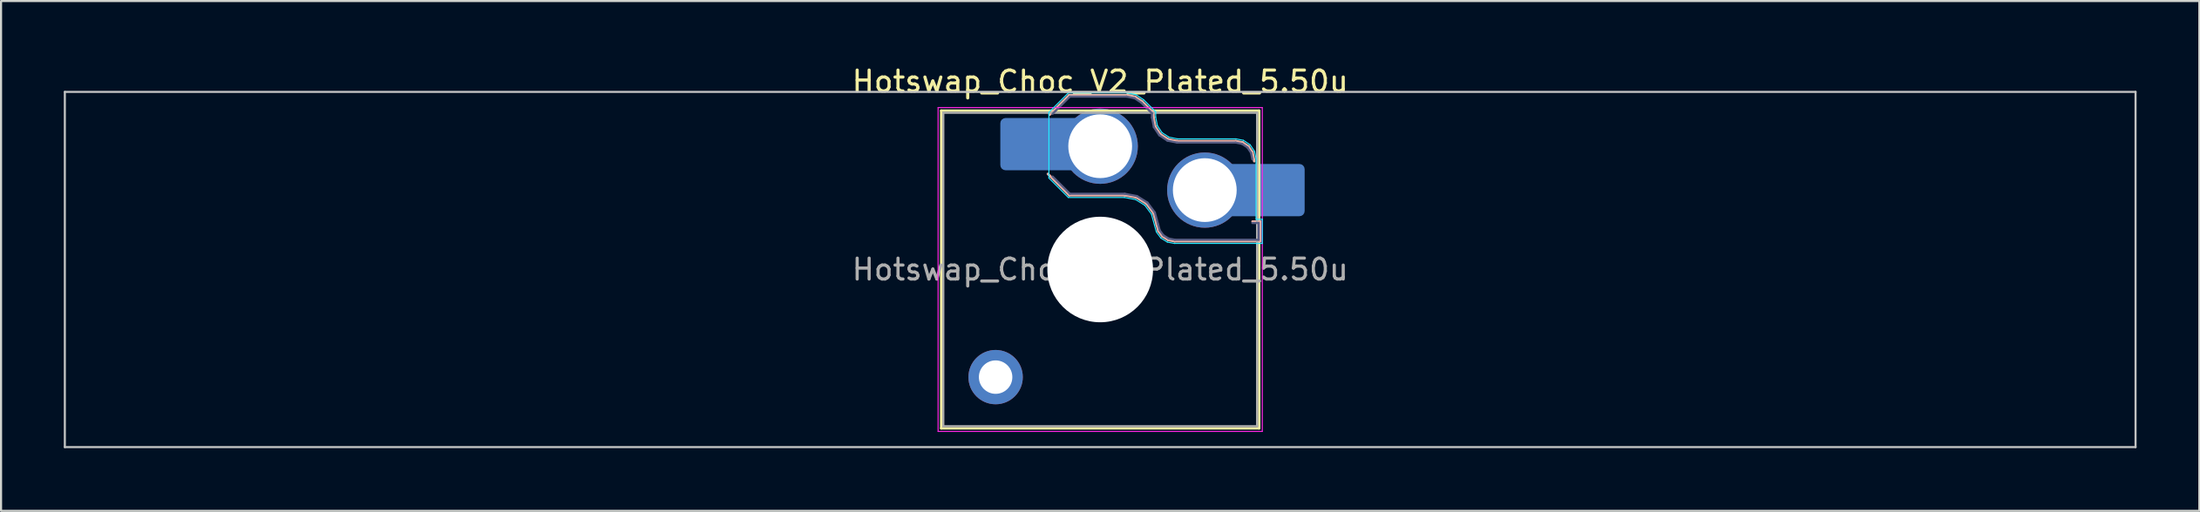
<source format=kicad_pcb>
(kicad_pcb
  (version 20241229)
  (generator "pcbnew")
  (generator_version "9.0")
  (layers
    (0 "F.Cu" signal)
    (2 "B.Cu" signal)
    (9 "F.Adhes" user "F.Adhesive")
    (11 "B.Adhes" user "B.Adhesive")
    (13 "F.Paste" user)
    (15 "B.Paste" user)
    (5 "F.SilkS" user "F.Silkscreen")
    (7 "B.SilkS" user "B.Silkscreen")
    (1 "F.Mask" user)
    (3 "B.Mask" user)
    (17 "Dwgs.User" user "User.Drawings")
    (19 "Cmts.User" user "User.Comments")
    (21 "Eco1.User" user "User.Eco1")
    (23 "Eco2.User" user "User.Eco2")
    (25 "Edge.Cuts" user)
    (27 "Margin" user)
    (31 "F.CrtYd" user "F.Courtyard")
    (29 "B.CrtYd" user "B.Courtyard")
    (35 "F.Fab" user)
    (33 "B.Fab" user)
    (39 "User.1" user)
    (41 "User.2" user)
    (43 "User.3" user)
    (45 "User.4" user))
  (footprint "Hotswap_Choc_V2_Plated_5.50u"
    (layer "F.Cu")
    (at 49.55 9.848)
    (property "Reference" "Hotswap_Choc_V2_Plated_5.50u" (at 0 -9 0) (layer "F.SilkS") (effects (font (size 1 1) (thickness 0.15))))
    (attr smd)
    (fp_line (start -7.6 -7.6) (end -7.6 7.6) (stroke (width 0.12) (type solid)) (layer "F.SilkS"))
    (fp_line (start -7.6 7.6) (end 7.6 7.6) (stroke (width 0.12) (type solid)) (layer "F.SilkS"))
    (fp_line (start 7.6 -7.6) (end -7.6 -7.6) (stroke (width 0.12) (type solid)) (layer "F.SilkS"))
    (fp_line (start 7.6 7.6) (end 7.6 -7.6) (stroke (width 0.12) (type solid)) (layer "F.SilkS"))
    (fp_line (start -2.416 -7.409) (end -1.479 -8.346) (stroke (width 0.12) (type solid)) (layer "B.SilkS"))
    (fp_line (start -1.479 -8.346) (end 1.268 -8.346) (stroke (width 0.12) (type solid)) (layer "B.SilkS"))
    (fp_line (start -1.479 -3.554) (end -2.5 -4.575) (stroke (width 0.12) (type solid)) (layer "B.SilkS"))
    (fp_line (start 1.168 -3.554) (end -1.479 -3.554) (stroke (width 0.12) (type solid)) (layer "B.SilkS"))
    (fp_line (start 1.268 -8.346) (end 1.671 -8.266) (stroke (width 0.12) (type solid)) (layer "B.SilkS"))
    (fp_line (start 1.671 -8.266) (end 2.013 -8.037) (stroke (width 0.12) (type solid)) (layer "B.SilkS"))
    (fp_line (start 1.73 -3.449) (end 1.168 -3.554) (stroke (width 0.12) (type solid)) (layer "B.SilkS"))
    (fp_line (start 2.013 -8.037) (end 2.546 -7.504) (stroke (width 0.12) (type solid)) (layer "B.SilkS"))
    (fp_line (start 2.209 -3.15) (end 1.73 -3.449) (stroke (width 0.12) (type solid)) (layer "B.SilkS"))
    (fp_line (start 2.546 -7.504) (end 2.546 -7.282) (stroke (width 0.12) (type solid)) (layer "B.SilkS"))
    (fp_line (start 2.546 -7.282) (end 2.633 -6.844) (stroke (width 0.12) (type solid)) (layer "B.SilkS"))
    (fp_line (start 2.547 -2.697) (end 2.209 -3.15) (stroke (width 0.12) (type solid)) (layer "B.SilkS"))
    (fp_line (start 2.633 -6.844) (end 2.877 -6.477) (stroke (width 0.12) (type solid)) (layer "B.SilkS"))
    (fp_line (start 2.701 -2.139) (end 2.547 -2.697) (stroke (width 0.12) (type solid)) (layer "B.SilkS"))
    (fp_line (start 2.783 -1.841) (end 2.701 -2.139) (stroke (width 0.12) (type solid)) (layer "B.SilkS"))
    (fp_line (start 2.877 -6.477) (end 3.244 -6.233) (stroke (width 0.12) (type solid)) (layer "B.SilkS"))
    (fp_line (start 2.976 -1.583) (end 2.783 -1.841) (stroke (width 0.12) (type solid)) (layer "B.SilkS"))
    (fp_line (start 3.244 -6.233) (end 3.682 -6.146) (stroke (width 0.12) (type solid)) (layer "B.SilkS"))
    (fp_line (start 3.25 -1.413) (end 2.976 -1.583) (stroke (width 0.12) (type solid)) (layer "B.SilkS"))
    (fp_line (start 3.56 -1.354) (end 3.25 -1.413) (stroke (width 0.12) (type solid)) (layer "B.SilkS"))
    (fp_line (start 3.682 -6.146) (end 6.482 -6.146) (stroke (width 0.12) (type solid)) (layer "B.SilkS"))
    (fp_line (start 6.482 -6.146) (end 6.809 -6.081) (stroke (width 0.12) (type solid)) (layer "B.SilkS"))
    (fp_line (start 6.809 -6.081) (end 7.092 -5.892) (stroke (width 0.12) (type solid)) (layer "B.SilkS"))
    (fp_line (start 7.092 -5.892) (end 7.281 -5.609) (stroke (width 0.12) (type solid)) (layer "B.SilkS"))
    (fp_line (start 7.281 -5.609) (end 7.366 -5.182) (stroke (width 0.12) (type solid)) (layer "B.SilkS"))
    (fp_line (start 7.283 -2.296) (end 7.646 -2.296) (stroke (width 0.12) (type solid)) (layer "B.SilkS"))
    (fp_line (start 7.646 -2.296) (end 7.646 -1.354) (stroke (width 0.12) (type solid)) (layer "B.SilkS"))
    (fp_line (start 7.646 -1.354) (end 3.56 -1.354) (stroke (width 0.12) (type solid)) (layer "B.SilkS"))
    (fp_line (start -49.5 -8.5) (end -49.5 8.5) (stroke (width 0.1) (type solid)) (layer "Dwgs.User"))
    (fp_line (start -49.5 8.5) (end 49.5 8.5) (stroke (width 0.1) (type solid)) (layer "Dwgs.User"))
    (fp_line (start 49.5 -8.5) (end -49.5 -8.5) (stroke (width 0.1) (type solid)) (layer "Dwgs.User"))
    (fp_line (start 49.5 8.5) (end 49.5 -8.5) (stroke (width 0.1) (type solid)) (layer "Dwgs.User"))
    (fp_line (start -7.25 -7.25) (end -7.25 7.25) (stroke (width 0.1) (type solid)) (layer "Eco1.User"))
    (fp_line (start -7.25 7.25) (end 7.25 7.25) (stroke (width 0.1) (type solid)) (layer "Eco1.User"))
    (fp_line (start 7.25 -7.25) (end -7.25 -7.25) (stroke (width 0.1) (type solid)) (layer "Eco1.User"))
    (fp_line (start 7.25 7.25) (end 7.25 -7.25) (stroke (width 0.1) (type solid)) (layer "Eco1.User"))
    (fp_line (start -2.452 -7.523) (end -1.523 -8.452) (stroke (width 0.05) (type solid)) (layer "B.CrtYd"))
    (fp_line (start -2.452 -4.377) (end -2.452 -7.523) (stroke (width 0.05) (type solid)) (layer "B.CrtYd"))
    (fp_line (start -1.523 -8.452) (end 1.278 -8.452) (stroke (width 0.05) (type solid)) (layer "B.CrtYd"))
    (fp_line (start -1.523 -3.448) (end -2.452 -4.377) (stroke (width 0.05) (type solid)) (layer "B.CrtYd"))
    (fp_line (start 1.159 -3.448) (end -1.523 -3.448) (stroke (width 0.05) (type solid)) (layer "B.CrtYd"))
    (fp_line (start 1.278 -8.452) (end 1.712 -8.366) (stroke (width 0.05) (type solid)) (layer "B.CrtYd"))
    (fp_line (start 1.691 -3.348) (end 1.159 -3.448) (stroke (width 0.05) (type solid)) (layer "B.CrtYd"))
    (fp_line (start 1.712 -8.366) (end 2.081 -8.119) (stroke (width 0.05) (type solid)) (layer "B.CrtYd"))
    (fp_line (start 2.081 -8.119) (end 2.652 -7.548) (stroke (width 0.05) (type solid)) (layer "B.CrtYd"))
    (fp_line (start 2.136 -3.071) (end 1.691 -3.348) (stroke (width 0.05) (type solid)) (layer "B.CrtYd"))
    (fp_line (start 2.45 -2.65) (end 2.136 -3.071) (stroke (width 0.05) (type solid)) (layer "B.CrtYd"))
    (fp_line (start 2.599 -2.111) (end 2.45 -2.65) (stroke (width 0.05) (type solid)) (layer "B.CrtYd"))
    (fp_line (start 2.652 -7.548) (end 2.652 -7.292) (stroke (width 0.05) (type solid)) (layer "B.CrtYd"))
    (fp_line (start 2.652 -7.292) (end 2.733 -6.885) (stroke (width 0.05) (type solid)) (layer "B.CrtYd"))
    (fp_line (start 2.687 -1.794) (end 2.599 -2.111) (stroke (width 0.05) (type solid)) (layer "B.CrtYd"))
    (fp_line (start 2.733 -6.885) (end 2.953 -6.553) (stroke (width 0.05) (type solid)) (layer "B.CrtYd"))
    (fp_line (start 2.903 -1.503) (end 2.687 -1.794) (stroke (width 0.05) (type solid)) (layer "B.CrtYd"))
    (fp_line (start 2.953 -6.553) (end 3.285 -6.333) (stroke (width 0.05) (type solid)) (layer "B.CrtYd"))
    (fp_line (start 3.211 -1.312) (end 2.903 -1.503) (stroke (width 0.05) (type solid)) (layer "B.CrtYd"))
    (fp_line (start 3.285 -6.333) (end 3.692 -6.252) (stroke (width 0.05) (type solid)) (layer "B.CrtYd"))
    (fp_line (start 3.55 -1.248) (end 3.211 -1.312) (stroke (width 0.05) (type solid)) (layer "B.CrtYd"))
    (fp_line (start 3.692 -6.252) (end 6.492 -6.252) (stroke (width 0.05) (type solid)) (layer "B.CrtYd"))
    (fp_line (start 6.492 -6.252) (end 6.85 -6.181) (stroke (width 0.05) (type solid)) (layer "B.CrtYd"))
    (fp_line (start 6.85 -6.181) (end 7.168 -5.968) (stroke (width 0.05) (type solid)) (layer "B.CrtYd"))
    (fp_line (start 7.168 -5.968) (end 7.381 -5.65) (stroke (width 0.05) (type solid)) (layer "B.CrtYd"))
    (fp_line (start 7.381 -5.65) (end 7.452 -5.292) (stroke (width 0.05) (type solid)) (layer "B.CrtYd"))
    (fp_line (start 7.452 -5.292) (end 7.452 -2.402) (stroke (width 0.05) (type solid)) (layer "B.CrtYd"))
    (fp_line (start 7.452 -2.402) (end 7.752 -2.402) (stroke (width 0.05) (type solid)) (layer "B.CrtYd"))
    (fp_line (start 7.752 -2.402) (end 7.752 -1.248) (stroke (width 0.05) (type solid)) (layer "B.CrtYd"))
    (fp_line (start 7.752 -1.248) (end 3.55 -1.248) (stroke (width 0.05) (type solid)) (layer "B.CrtYd"))
    (fp_line (start -7.75 -7.75) (end -7.75 7.75) (stroke (width 0.05) (type solid)) (layer "F.CrtYd"))
    (fp_line (start -7.75 7.75) (end 7.75 7.75) (stroke (width 0.05) (type solid)) (layer "F.CrtYd"))
    (fp_line (start 7.75 -7.75) (end -7.75 -7.75) (stroke (width 0.05) (type solid)) (layer "F.CrtYd"))
    (fp_line (start 7.75 7.75) (end 7.75 -7.75) (stroke (width 0.05) (type solid)) (layer "F.CrtYd"))
    (fp_line (start -2.275 -7.45) (end -1.45 -8.275) (stroke (width 0.1) (type solid)) (layer "B.Fab"))
    (fp_line (start -1.45 -8.275) (end 1.261 -8.275) (stroke (width 0.1) (type solid)) (layer "B.Fab"))
    (fp_line (start -1.45 -3.625) (end -2.275 -4.45) (stroke (width 0.1) (type solid)) (layer "B.Fab"))
    (fp_line (start 1.175 -3.625) (end -1.45 -3.625) (stroke (width 0.1) (type solid)) (layer "B.Fab"))
    (fp_line (start 1.261 -8.275) (end 1.643 -8.199) (stroke (width 0.1) (type solid)) (layer "B.Fab"))
    (fp_line (start 1.643 -8.199) (end 1.968 -7.982) (stroke (width 0.1) (type solid)) (layer "B.Fab"))
    (fp_line (start 1.756 -3.516) (end 1.175 -3.625) (stroke (width 0.1) (type solid)) (layer "B.Fab"))
    (fp_line (start 1.968 -7.982) (end 2.475 -7.475) (stroke (width 0.1) (type solid)) (layer "B.Fab"))
    (fp_line (start 2.258 -3.203) (end 1.756 -3.516) (stroke (width 0.1) (type solid)) (layer "B.Fab"))
    (fp_line (start 2.475 -7.475) (end 2.475 -7.275) (stroke (width 0.1) (type solid)) (layer "B.Fab"))
    (fp_line (start 2.475 -7.275) (end 2.566 -6.816) (stroke (width 0.1) (type solid)) (layer "B.Fab"))
    (fp_line (start 2.566 -6.816) (end 2.826 -6.426) (stroke (width 0.1) (type solid)) (layer "B.Fab"))
    (fp_line (start 2.612 -2.729) (end 2.258 -3.203) (stroke (width 0.1) (type solid)) (layer "B.Fab"))
    (fp_line (start 2.769 -2.158) (end 2.612 -2.729) (stroke (width 0.1) (type solid)) (layer "B.Fab"))
    (fp_line (start 2.826 -6.426) (end 3.216 -6.166) (stroke (width 0.1) (type solid)) (layer "B.Fab"))
    (fp_line (start 2.848 -1.873) (end 2.769 -2.158) (stroke (width 0.1) (type solid)) (layer "B.Fab"))
    (fp_line (start 3.025 -1.636) (end 2.848 -1.873) (stroke (width 0.1) (type solid)) (layer "B.Fab"))
    (fp_line (start 3.216 -6.166) (end 3.675 -6.075) (stroke (width 0.1) (type solid)) (layer "B.Fab"))
    (fp_line (start 3.276 -1.48) (end 3.025 -1.636) (stroke (width 0.1) (type solid)) (layer "B.Fab"))
    (fp_line (start 3.567 -1.425) (end 3.276 -1.48) (stroke (width 0.1) (type solid)) (layer "B.Fab"))
    (fp_line (start 3.675 -6.075) (end 6.475 -6.075) (stroke (width 0.1) (type solid)) (layer "B.Fab"))
    (fp_line (start 6.475 -6.075) (end 6.781 -6.014) (stroke (width 0.1) (type solid)) (layer "B.Fab"))
    (fp_line (start 6.781 -6.014) (end 7.041 -5.841) (stroke (width 0.1) (type solid)) (layer "B.Fab"))
    (fp_line (start 7.041 -5.841) (end 7.214 -5.581) (stroke (width 0.1) (type solid)) (layer "B.Fab"))
    (fp_line (start 7.214 -5.581) (end 7.275 -5.275) (stroke (width 0.1) (type solid)) (layer "B.Fab"))
    (fp_line (start 7.275 -2.225) (end 7.575 -2.225) (stroke (width 0.1) (type solid)) (layer "B.Fab"))
    (fp_line (start 7.575 -2.225) (end 7.575 -1.425) (stroke (width 0.1) (type solid)) (layer "B.Fab"))
    (fp_line (start 7.575 -1.425) (end 3.567 -1.425) (stroke (width 0.1) (type solid)) (layer "B.Fab"))
    (fp_line (start -7.5 -7.5) (end -7.5 7.5) (stroke (width 0.1) (type solid)) (layer "F.Fab"))
    (fp_line (start -7.5 7.5) (end 7.5 7.5) (stroke (width 0.1) (type solid)) (layer "F.Fab"))
    (fp_line (start 7.5 -7.5) (end -7.5 -7.5) (stroke (width 0.1) (type solid)) (layer "F.Fab"))
    (fp_line (start 7.5 7.5) (end 7.5 -7.5) (stroke (width 0.1) (type solid)) (layer "F.Fab"))
    (fp_text user "${REFERENCE}" (at 0 0 0) (layer "F.Fab") (effects (font (size 1 1) (thickness 0.15))))
    (pad "" thru_hole circle (at -5 5.15) (size 2.6 2.6) (drill 1.6) (layers "*.Cu" "*.Mask"))
    (pad "" smd roundrect (at -3.5 -6) (size 2.55 2.5) (layers "B.Mask" "B.Paste") (roundrect_rratio 0.1))
    (pad "" np_thru_hole circle (at 0 0) (size 5.05 5.05) (drill 5.05) (layers "*.Cu" "*.Mask"))
    (pad "" smd roundrect (at 8.5 -3.8) (size 2.55 2.5) (layers "B.Mask" "B.Paste") (roundrect_rratio 0.1))
    (pad "1" smd roundrect (at -2.85 -6) (size 3.85 2.5) (layers "B.Cu") (roundrect_rratio 0.1))
    (pad "1" thru_hole circle (at 0 -5.9) (size 3.6 3.6) (drill 3.05) (layers "*.Cu" "*.Mask"))
    (pad "2" thru_hole circle (at 5 -3.8) (size 3.6 3.6) (drill 3.05) (layers "*.Cu" "*.Mask"))
    (pad "2" smd roundrect (at 7.85 -3.8) (size 3.85 2.5) (layers "B.Cu") (roundrect_rratio 0.1)))
  (gr_rect
    (start -3 -3)
    (end 102.1 21.398)
    (stroke (width 0.1) (type default))
    (fill no)
    (layer "Edge.Cuts")))
</source>
